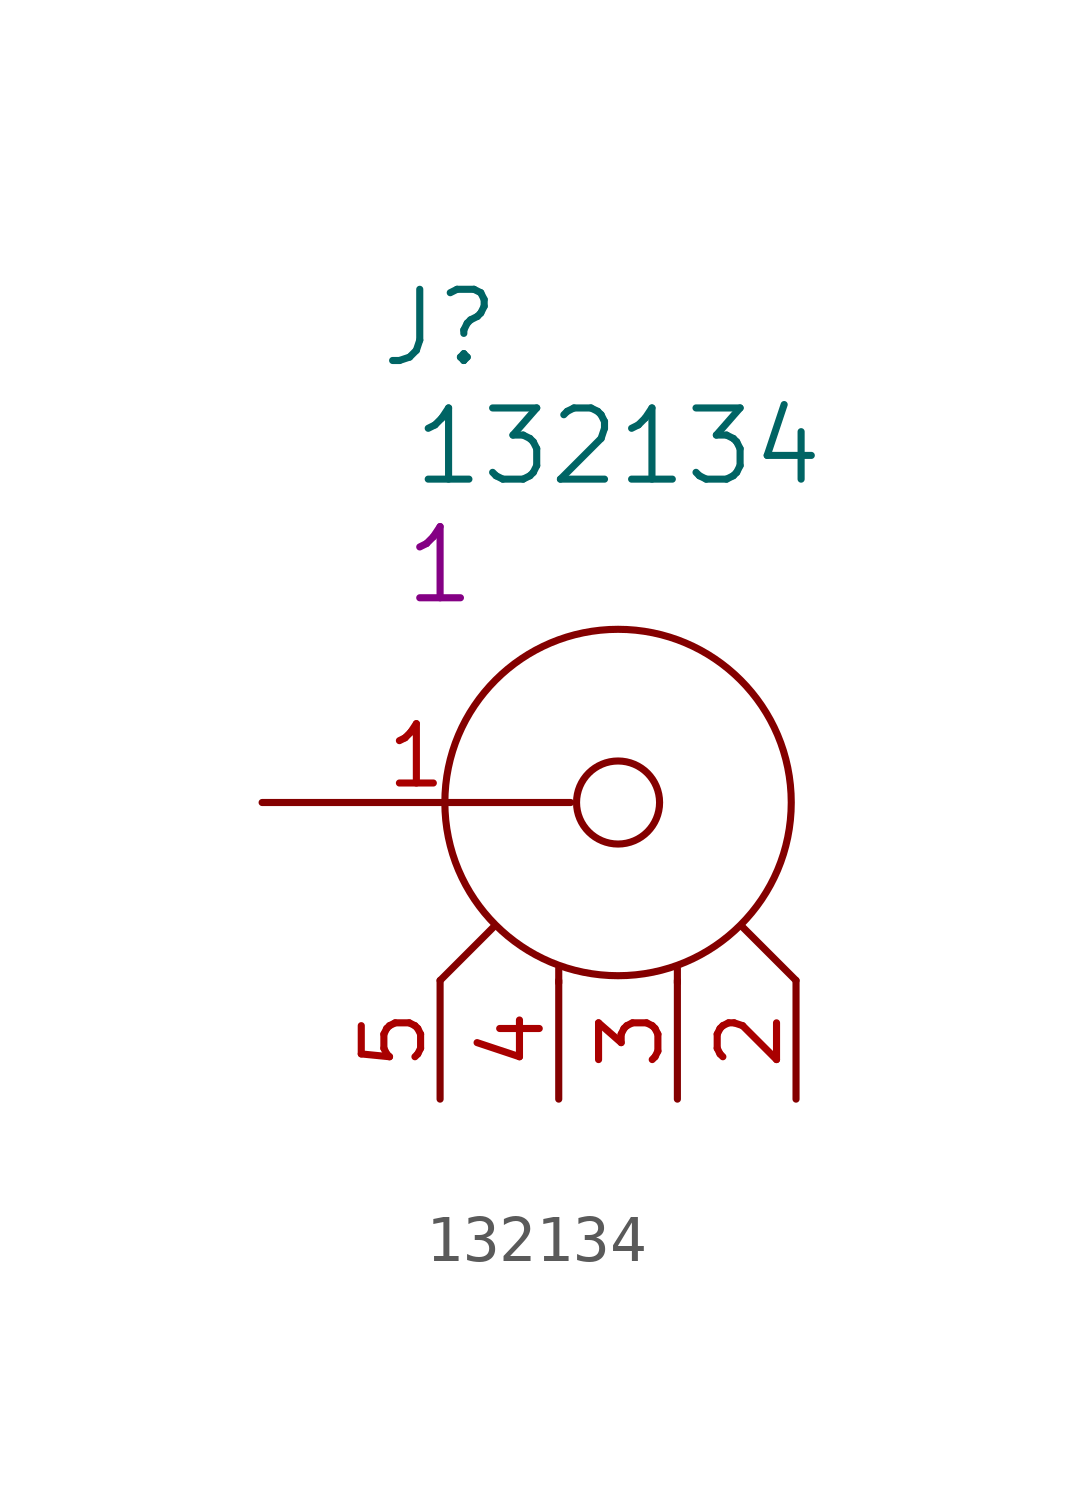
<source format=kicad_sym>
(kicad_symbol_lib
  (version 20211014)
  (generator kicad_symbol_editor)
  (symbol "132134"
    (pin_names
      (offset 1.016) hide)
    (property "Reference" "J"
      (at 3.81 10.16 0)
      (effects (font (size 1.524 1.524))))
    (property "Value" "132134"
      (at 7.62 7.62 0)
      (effects (font (size 1.524 1.524))))
    (property "Datasheet" ""
      (at 0 0 0)
      (effects (font (size 1.524 1.524))))
    (property "Qty" "1"
      (at 3.81 5.08 0)
      (effects (font (size 1.524 1.524))))
    (property "Height" ""
      (at 0 0 0)
      (effects (font (size 1.27 1.27))))
    (symbol "132134_0_1"
      (polyline (pts (xy 3.81 -3.81) (xy 4.953 -2.667)) (stroke (width 0) (type default) (color 0 0 0 0)) (fill (type none)))
      (polyline (pts (xy 6.35 -3.861) (xy 6.35 -3.556)) (stroke (width 0) (type default) (color 0 0 0 0)) (fill (type none)))
      (polyline (pts (xy 8.89 -3.861) (xy 8.89 -3.556)) (stroke (width 0) (type default) (color 0 0 0 0)) (fill (type none)))
      (polyline (pts (xy 11.43 -3.81) (xy 10.287 -2.667)) (stroke (width 0) (type default) (color 0 0 0 0)) (fill (type none)))
      (circle (center 7.62 0) (radius 0.889) (stroke (width 0) (type default) (color 0 0 0 0)) (fill (type none)))
      (circle (center 7.62 0) (radius 3.708) (stroke (width 0) (type default) (color 0 0 0 0)) (fill (type none))))
    (symbol "132134_1_1"
      (pin passive line (at 0 0 0) (length 6.604) (name "P" (effects (font (size 1.27 1.27)))) (number "1" (effects (font (size 1.27 1.27)))))
      (pin passive line (at 11.43 -6.35 90) (length 2.54) (name "GND0" (effects (font (size 1.27 1.27)))) (number "2" (effects (font (size 1.27 1.27)))))
      (pin passive line (at 8.89 -6.35 90) (length 2.54) (name "GND1" (effects (font (size 1.27 1.27)))) (number "3" (effects (font (size 1.27 1.27)))))
      (pin passive line (at 6.35 -6.35 90) (length 2.54) (name "GND2" (effects (font (size 1.27 1.27)))) (number "4" (effects (font (size 1.27 1.27)))))
      (pin passive line (at 3.81 -6.35 90) (length 2.54) (name "GND3" (effects (font (size 1.27 1.27)))) (number "5" (effects (font (size 1.27 1.27))))))))
</source>
